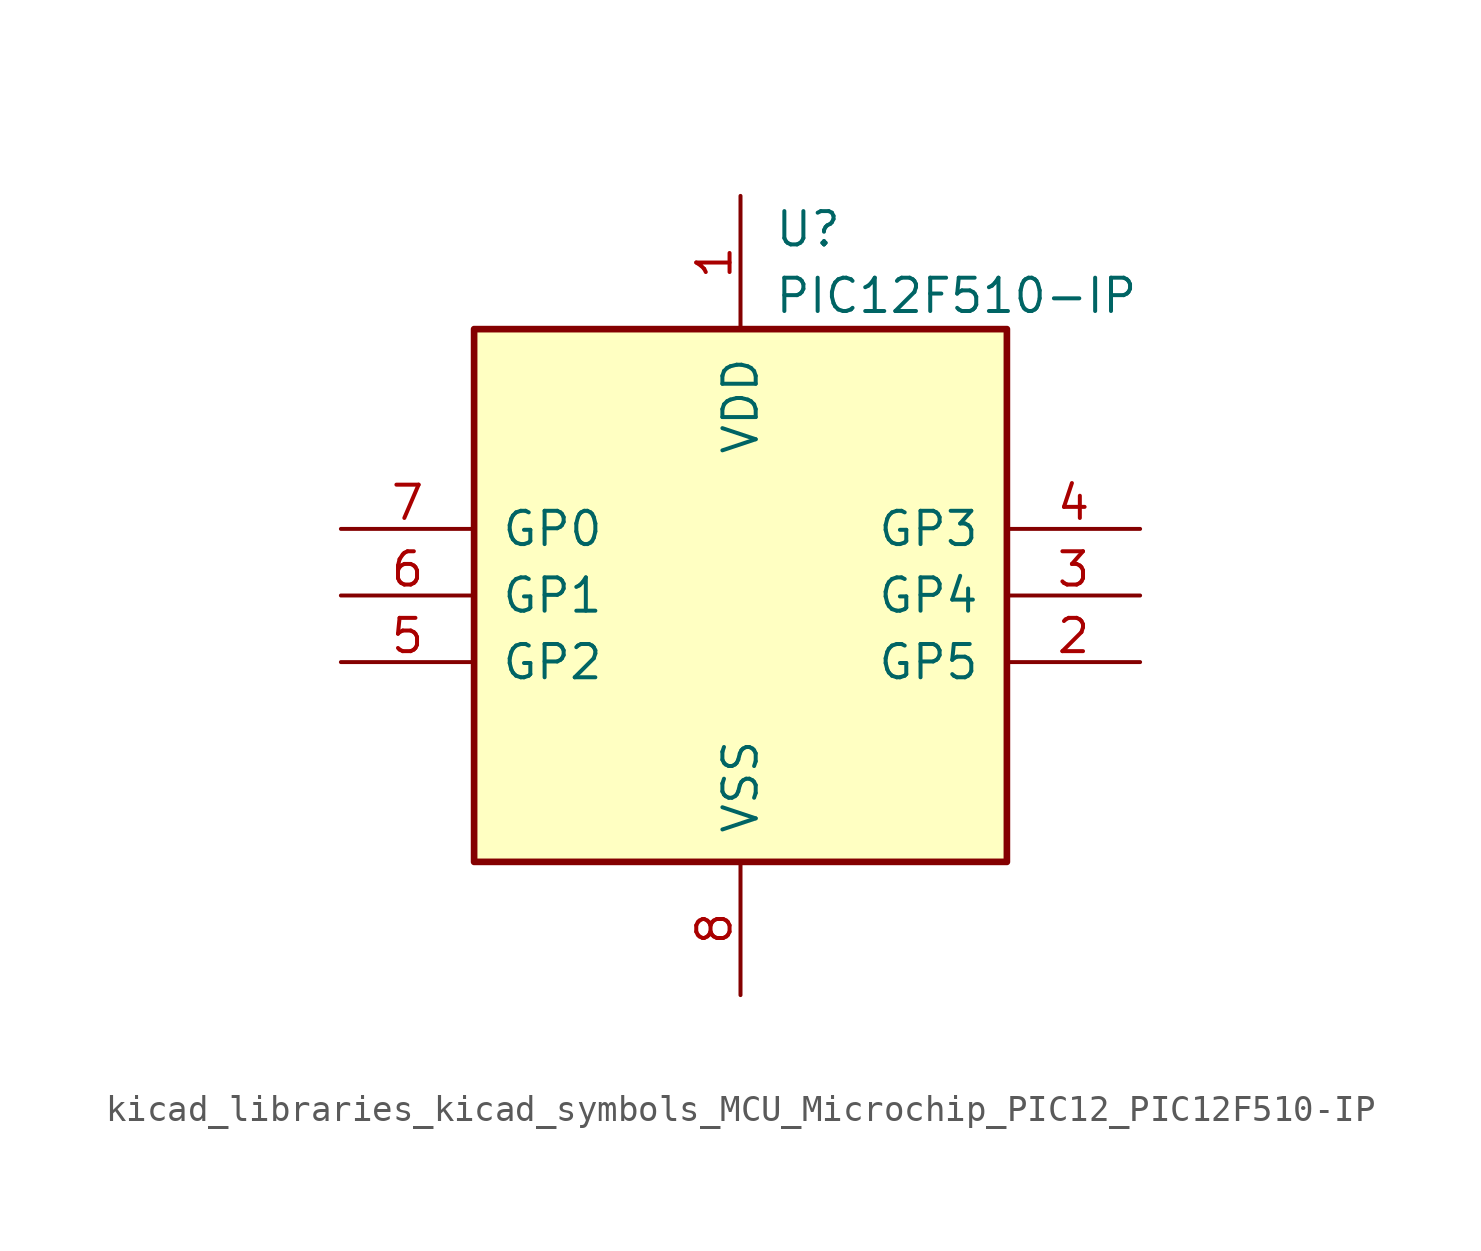
<source format=kicad_sym>
(kicad_symbol_lib
  (version 20220914)
  (generator kicad_symbol_editor)
  (symbol "kicad_libraries_kicad_symbols_MCU_Microchip_PIC12_PIC12F510-IP"
    (pin_names
      (offset 1.016))
    (property "Reference" "U"
      (at 1.27 13.97 0)
      (effects (font (size 1.27 1.27)) (justify left)))
    (property "Value" "PIC12F510-IP"
      (at 1.27 11.43 0)
      (effects (font (size 1.27 1.27)) (justify left)))
    (symbol "kicad_libraries_kicad_symbols_MCU_Microchip_PIC12_PIC12F510-IP_0_1"
      (rectangle (start 10.16 -10.16) (end -10.16 10.16) (stroke (width 0.254) (type default)) (fill (type background))))
    (symbol "kicad_libraries_kicad_symbols_MCU_Microchip_PIC12_PIC12F510-IP_1_1"
      (pin power_in line (at 0 15.24 270) (length 5.08) (name "VDD" (effects (font (size 1.27 1.27)))) (number "1" (effects (font (size 1.27 1.27)))))
      (pin bidirectional line (at 15.24 -2.54 180) (length 5.08) (name "GP5" (effects (font (size 1.27 1.27)))) (number "2" (effects (font (size 1.27 1.27)))))
      (pin bidirectional line (at 15.24 0 180) (length 5.08) (name "GP4" (effects (font (size 1.27 1.27)))) (number "3" (effects (font (size 1.27 1.27)))))
      (pin input line (at 15.24 2.54 180) (length 5.08) (name "GP3" (effects (font (size 1.27 1.27)))) (number "4" (effects (font (size 1.27 1.27)))))
      (pin bidirectional line (at -15.24 -2.54 0) (length 5.08) (name "GP2" (effects (font (size 1.27 1.27)))) (number "5" (effects (font (size 1.27 1.27)))))
      (pin bidirectional line (at -15.24 0 0) (length 5.08) (name "GP1" (effects (font (size 1.27 1.27)))) (number "6" (effects (font (size 1.27 1.27)))))
      (pin bidirectional line (at -15.24 2.54 0) (length 5.08) (name "GP0" (effects (font (size 1.27 1.27)))) (number "7" (effects (font (size 1.27 1.27)))))
      (pin power_in line (at 0 -15.24 90) (length 5.08) (name "VSS" (effects (font (size 1.27 1.27)))) (number "8" (effects (font (size 1.27 1.27))))))))
</source>
